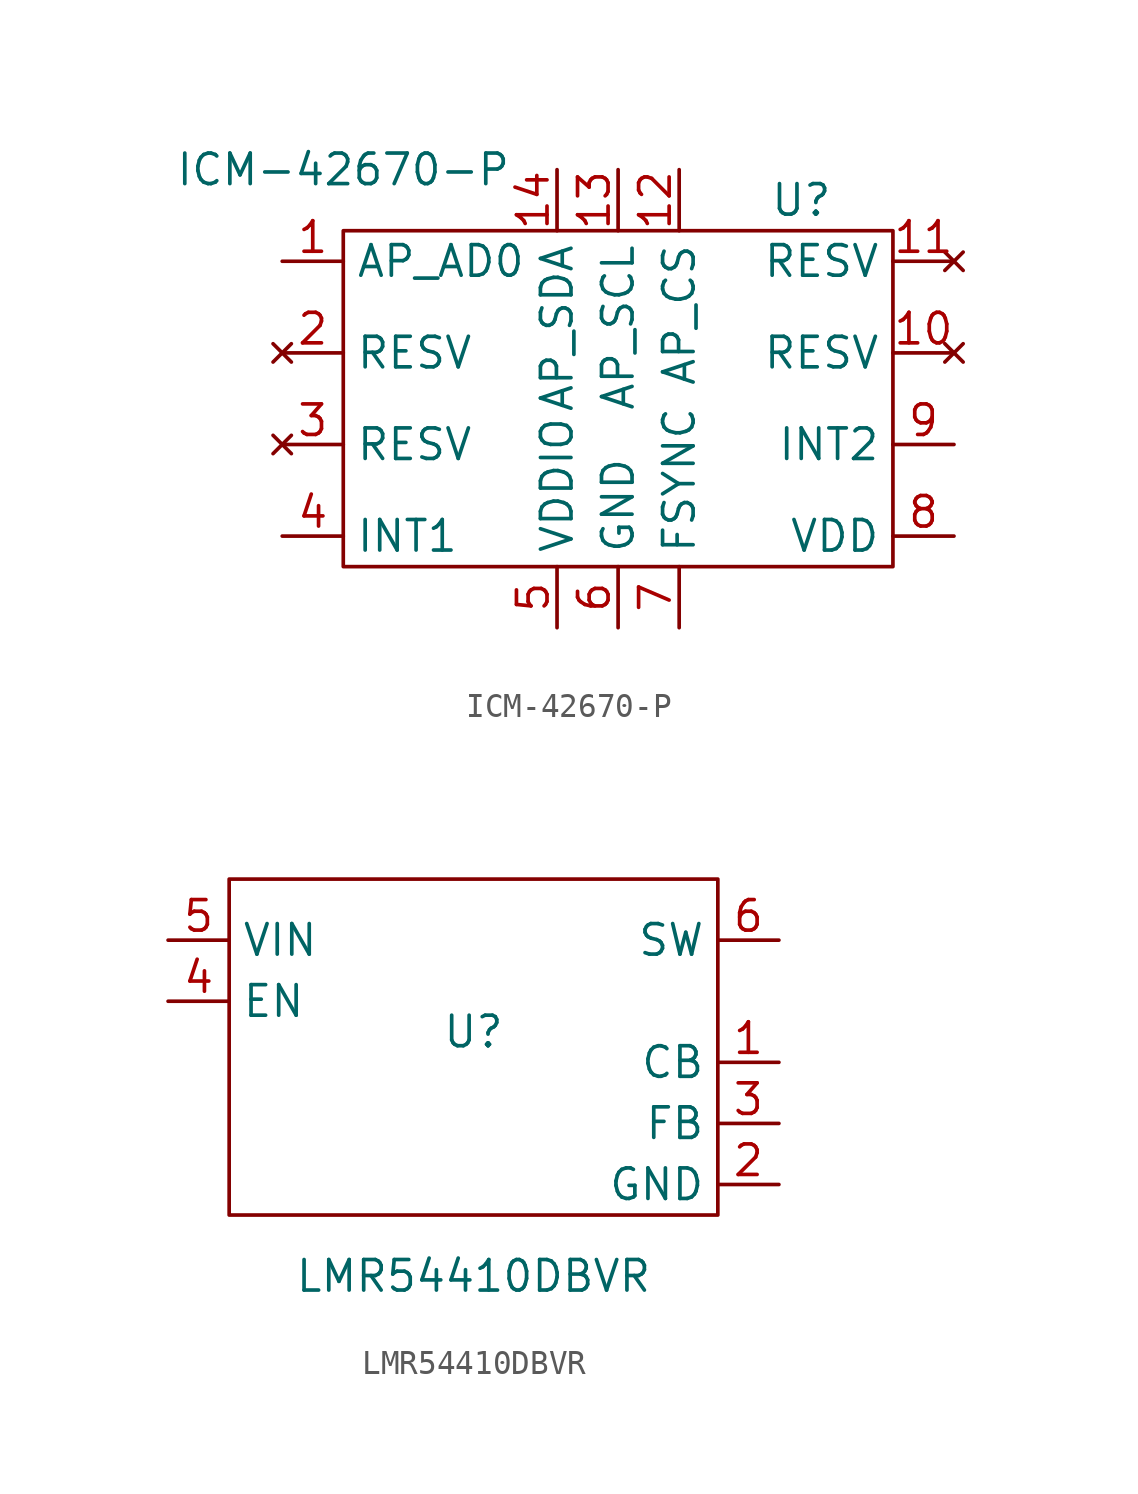
<source format=kicad_sym>
(kicad_symbol_lib
  (version 20211014)
  (generator kicad_symbol_editor)
  (symbol "ICM-42670-P"
    (property "Reference" "U"
      (at 10.16 6.35 0)
      (effects (font (size 1.27 1.27))))
    (property "Value" "ICM-42670-P"
      (at -8.89 7.62 0)
      (effects (font (size 1.27 1.27))))
    (symbol "ICM-42670-P_0_1"
      (rectangle (start -8.89 5.08) (end 13.97 -8.89) (stroke (width 0) (type default) (color 0 0 0 0)) (fill (type none))))
    (symbol "ICM-42670-P_1_1"
      (pin output line (at -11.43 3.81 0) (length 2.54) (name "AP_AD0" (effects (font (size 1.27 1.27)))) (number "1" (effects (font (size 1.27 1.27)))))
      (pin no_connect line (at 16.51 0 180) (length 2.54) (name "RESV" (effects (font (size 1.27 1.27)))) (number "10" (effects (font (size 1.27 1.27)))))
      (pin no_connect line (at 16.51 3.81 180) (length 2.54) (name "RESV" (effects (font (size 1.27 1.27)))) (number "11" (effects (font (size 1.27 1.27)))))
      (pin output line (at 5.08 7.62 270) (length 2.54) (name "AP_CS" (effects (font (size 1.27 1.27)))) (number "12" (effects (font (size 1.27 1.27)))))
      (pin output line (at 2.54 7.62 270) (length 2.54) (name "AP_SCL" (effects (font (size 1.27 1.27)))) (number "13" (effects (font (size 1.27 1.27)))))
      (pin output line (at 0 7.62 270) (length 2.54) (name "AP_SDA" (effects (font (size 1.27 1.27)))) (number "14" (effects (font (size 1.27 1.27)))))
      (pin no_connect line (at -11.43 0 0) (length 2.54) (name "RESV" (effects (font (size 1.27 1.27)))) (number "2" (effects (font (size 1.27 1.27)))))
      (pin no_connect line (at -11.43 -3.81 0) (length 2.54) (name "RESV" (effects (font (size 1.27 1.27)))) (number "3" (effects (font (size 1.27 1.27)))))
      (pin input line (at -11.43 -7.62 0) (length 2.54) (name "INT1" (effects (font (size 1.27 1.27)))) (number "4" (effects (font (size 1.27 1.27)))))
      (pin input line (at 0 -11.43 90) (length 2.54) (name "VDDIO" (effects (font (size 1.27 1.27)))) (number "5" (effects (font (size 1.27 1.27)))))
      (pin input line (at 2.54 -11.43 90) (length 2.54) (name "GND" (effects (font (size 1.27 1.27)))) (number "6" (effects (font (size 1.27 1.27)))))
      (pin input line (at 5.08 -11.43 90) (length 2.54) (name "FSYNC" (effects (font (size 1.27 1.27)))) (number "7" (effects (font (size 1.27 1.27)))))
      (pin input line (at 16.51 -7.62 180) (length 2.54) (name "VDD" (effects (font (size 1.27 1.27)))) (number "8" (effects (font (size 1.27 1.27)))))
      (pin input line (at 16.51 -3.81 180) (length 2.54) (name "INT2" (effects (font (size 1.27 1.27)))) (number "9" (effects (font (size 1.27 1.27)))))))
  (symbol "LMR54410DBVR"
    (property "Reference" "U"
      (at 0 0 0)
      (effects (font (size 1.27 1.27))))
    (property "Value" "LMR54410DBVR"
      (at 0 -10.16 0)
      (effects (font (size 1.27 1.27))))
    (symbol "LMR54410DBVR_0_1"
      (rectangle (start -10.16 6.35) (end 10.16 -7.62) (stroke (width 0) (type default) (color 0 0 0 0)) (fill (type none))))
    (symbol "LMR54410DBVR_1_1"
      (pin input line (at 12.7 -1.27 180) (length 2.54) (name "CB" (effects (font (size 1.27 1.27)))) (number "1" (effects (font (size 1.27 1.27)))))
      (pin input line (at 12.7 -6.35 180) (length 2.54) (name "GND" (effects (font (size 1.27 1.27)))) (number "2" (effects (font (size 1.27 1.27)))))
      (pin input line (at 12.7 -3.81 180) (length 2.54) (name "FB" (effects (font (size 1.27 1.27)))) (number "3" (effects (font (size 1.27 1.27)))))
      (pin input line (at -12.7 1.27 0) (length 2.54) (name "EN" (effects (font (size 1.27 1.27)))) (number "4" (effects (font (size 1.27 1.27)))))
      (pin input line (at -12.7 3.81 0) (length 2.54) (name "VIN" (effects (font (size 1.27 1.27)))) (number "5" (effects (font (size 1.27 1.27)))))
      (pin output line (at 12.7 3.81 180) (length 2.54) (name "SW" (effects (font (size 1.27 1.27)))) (number "6" (effects (font (size 1.27 1.27))))))))
</source>
